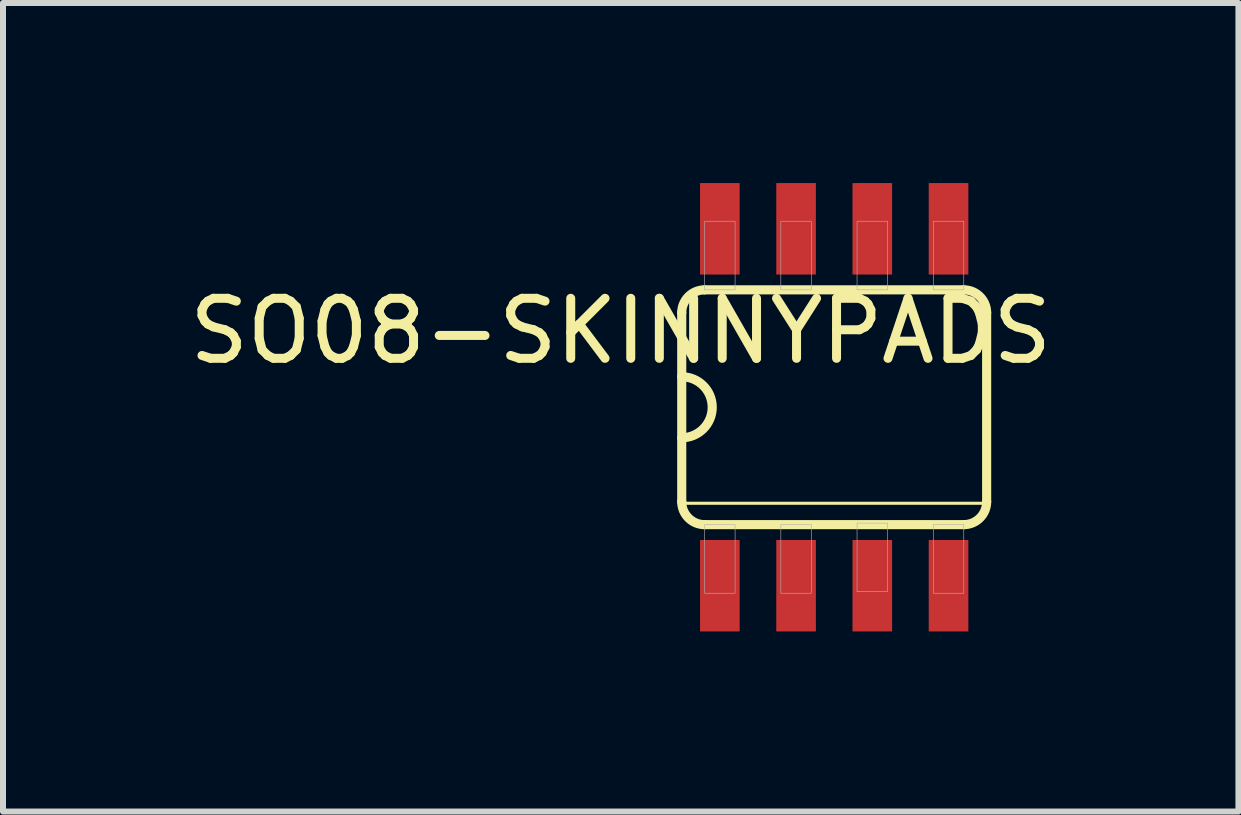
<source format=kicad_pcb>
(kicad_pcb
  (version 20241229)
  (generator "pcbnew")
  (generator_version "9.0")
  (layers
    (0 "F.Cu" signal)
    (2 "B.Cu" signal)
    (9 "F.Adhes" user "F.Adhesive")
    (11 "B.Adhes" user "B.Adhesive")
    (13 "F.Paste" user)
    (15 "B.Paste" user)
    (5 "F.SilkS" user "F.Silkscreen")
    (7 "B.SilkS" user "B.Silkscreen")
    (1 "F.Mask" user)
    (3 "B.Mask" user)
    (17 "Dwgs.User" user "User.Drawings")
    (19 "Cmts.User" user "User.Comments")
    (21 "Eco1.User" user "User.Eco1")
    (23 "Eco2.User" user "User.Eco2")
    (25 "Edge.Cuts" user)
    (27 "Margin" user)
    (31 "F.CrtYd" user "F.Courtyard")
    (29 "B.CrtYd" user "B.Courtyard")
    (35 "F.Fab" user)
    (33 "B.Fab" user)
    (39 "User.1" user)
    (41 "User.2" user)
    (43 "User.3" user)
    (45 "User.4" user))
  (footprint "SO08-SKINNYPADS"
    (layer "F.Cu")
    (at 10.848 3.735)
    (property "Reference" "SO08-SKINNYPADS" (at -3.556 -1.27 180) (layer "F.SilkS") (effects (font (size 1 1) (thickness 0.15))))
    (attr smd)
    (fp_line (start -2.54 -1.575) (end -2.54 1.575) (stroke (width 0.152) (type solid)) (layer "F.SilkS"))
    (fp_line (start -2.54 1.6) (end 2.54 1.6) (stroke (width 0.051) (type solid)) (layer "F.SilkS"))
    (fp_line (start -2.159 1.956) (end 2.159 1.956) (stroke (width 0.152) (type solid)) (layer "F.SilkS"))
    (fp_line (start 2.159 -1.956) (end -2.159 -1.956) (stroke (width 0.152) (type solid)) (layer "F.SilkS"))
    (fp_line (start 2.54 1.575) (end 2.54 -1.575) (stroke (width 0.152) (type solid)) (layer "F.SilkS"))
    (fp_arc (start -2.54 -1.5748) (mid -2.428408 -1.844208) (end -2.159 -1.9558) (stroke (width 0.1524) (type solid)) (layer "F.SilkS"))
    (fp_arc (start -2.54 -0.508) (mid -2.032 0) (end -2.54 0.508) (stroke (width 0.1524) (type solid)) (layer "F.SilkS"))
    (fp_arc (start -2.159 1.9558) (mid -2.428408 1.844208) (end -2.54 1.5748) (stroke (width 0.1524) (type solid)) (layer "F.SilkS"))
    (fp_arc (start 2.159 -1.9558) (mid 2.428408 -1.844208) (end 2.54 -1.5748) (stroke (width 0.1524) (type solid)) (layer "F.SilkS"))
    (fp_arc (start 2.54 1.5748) (mid 2.428408 1.844208) (end 2.159 1.9558) (stroke (width 0.1524) (type solid)) (layer "F.SilkS"))
    (fp_poly (pts (xy -2.159 -3.099) (xy -1.651 -3.099) (xy -1.651 -1.956) (xy -2.159 -1.956)) (stroke (width 0.01) (type solid)) (fill no) (layer "F.Fab"))
    (fp_poly (pts (xy -2.159 1.956) (xy -1.651 1.956) (xy -1.651 3.099) (xy -2.159 3.099)) (stroke (width 0.01) (type solid)) (fill no) (layer "F.Fab"))
    (fp_poly (pts (xy -0.889 -3.099) (xy -0.381 -3.099) (xy -0.381 -1.956) (xy -0.889 -1.956)) (stroke (width 0.01) (type solid)) (fill no) (layer "F.Fab"))
    (fp_poly (pts (xy -0.889 1.956) (xy -0.381 1.956) (xy -0.381 3.099) (xy -0.889 3.099)) (stroke (width 0.01) (type solid)) (fill no) (layer "F.Fab"))
    (fp_poly (pts (xy 0.381 -3.099) (xy 0.889 -3.099) (xy 0.889 -1.956) (xy 0.381 -1.956)) (stroke (width 0.01) (type solid)) (fill no) (layer "F.Fab"))
    (fp_poly (pts (xy 0.381 1.93) (xy 0.889 1.93) (xy 0.889 3.073) (xy 0.381 3.073)) (stroke (width 0.01) (type solid)) (fill no) (layer "F.Fab"))
    (fp_poly (pts (xy 1.651 -3.099) (xy 2.159 -3.099) (xy 2.159 -1.956) (xy 1.651 -1.956)) (stroke (width 0.01) (type solid)) (fill no) (layer "F.Fab"))
    (fp_poly (pts (xy 1.651 1.956) (xy 2.159 1.956) (xy 2.159 3.099) (xy 1.651 3.099)) (stroke (width 0.01) (type solid)) (fill no) (layer "F.Fab"))
    (pad "1" smd rect (at -1.905 2.973) (size 0.66 1.524) (layers "F.Cu" "F.Mask" "F.Paste"))
    (pad "2" smd rect (at -0.635 2.973) (size 0.66 1.524) (layers "F.Cu" "F.Mask" "F.Paste"))
    (pad "3" smd rect (at 0.635 2.973) (size 0.66 1.524) (layers "F.Cu" "F.Mask" "F.Paste"))
    (pad "4" smd rect (at 1.905 2.973) (size 0.66 1.524) (layers "F.Cu" "F.Mask" "F.Paste"))
    (pad "5" smd rect (at 1.905 -2.973) (size 0.66 1.524) (layers "F.Cu" "F.Mask" "F.Paste"))
    (pad "6" smd rect (at 0.635 -2.973) (size 0.66 1.524) (layers "F.Cu" "F.Mask" "F.Paste"))
    (pad "7" smd rect (at -0.635 -2.973) (size 0.66 1.524) (layers "F.Cu" "F.Mask" "F.Paste"))
    (pad "8" smd rect (at -1.905 -2.973) (size 0.66 1.524) (layers "F.Cu" "F.Mask" "F.Paste")))
  (gr_rect
    (start -3 -3)
    (end 17.583 10.471)
    (stroke (width 0.1) (type default))
    (fill no)
    (layer "Edge.Cuts")))
</source>
